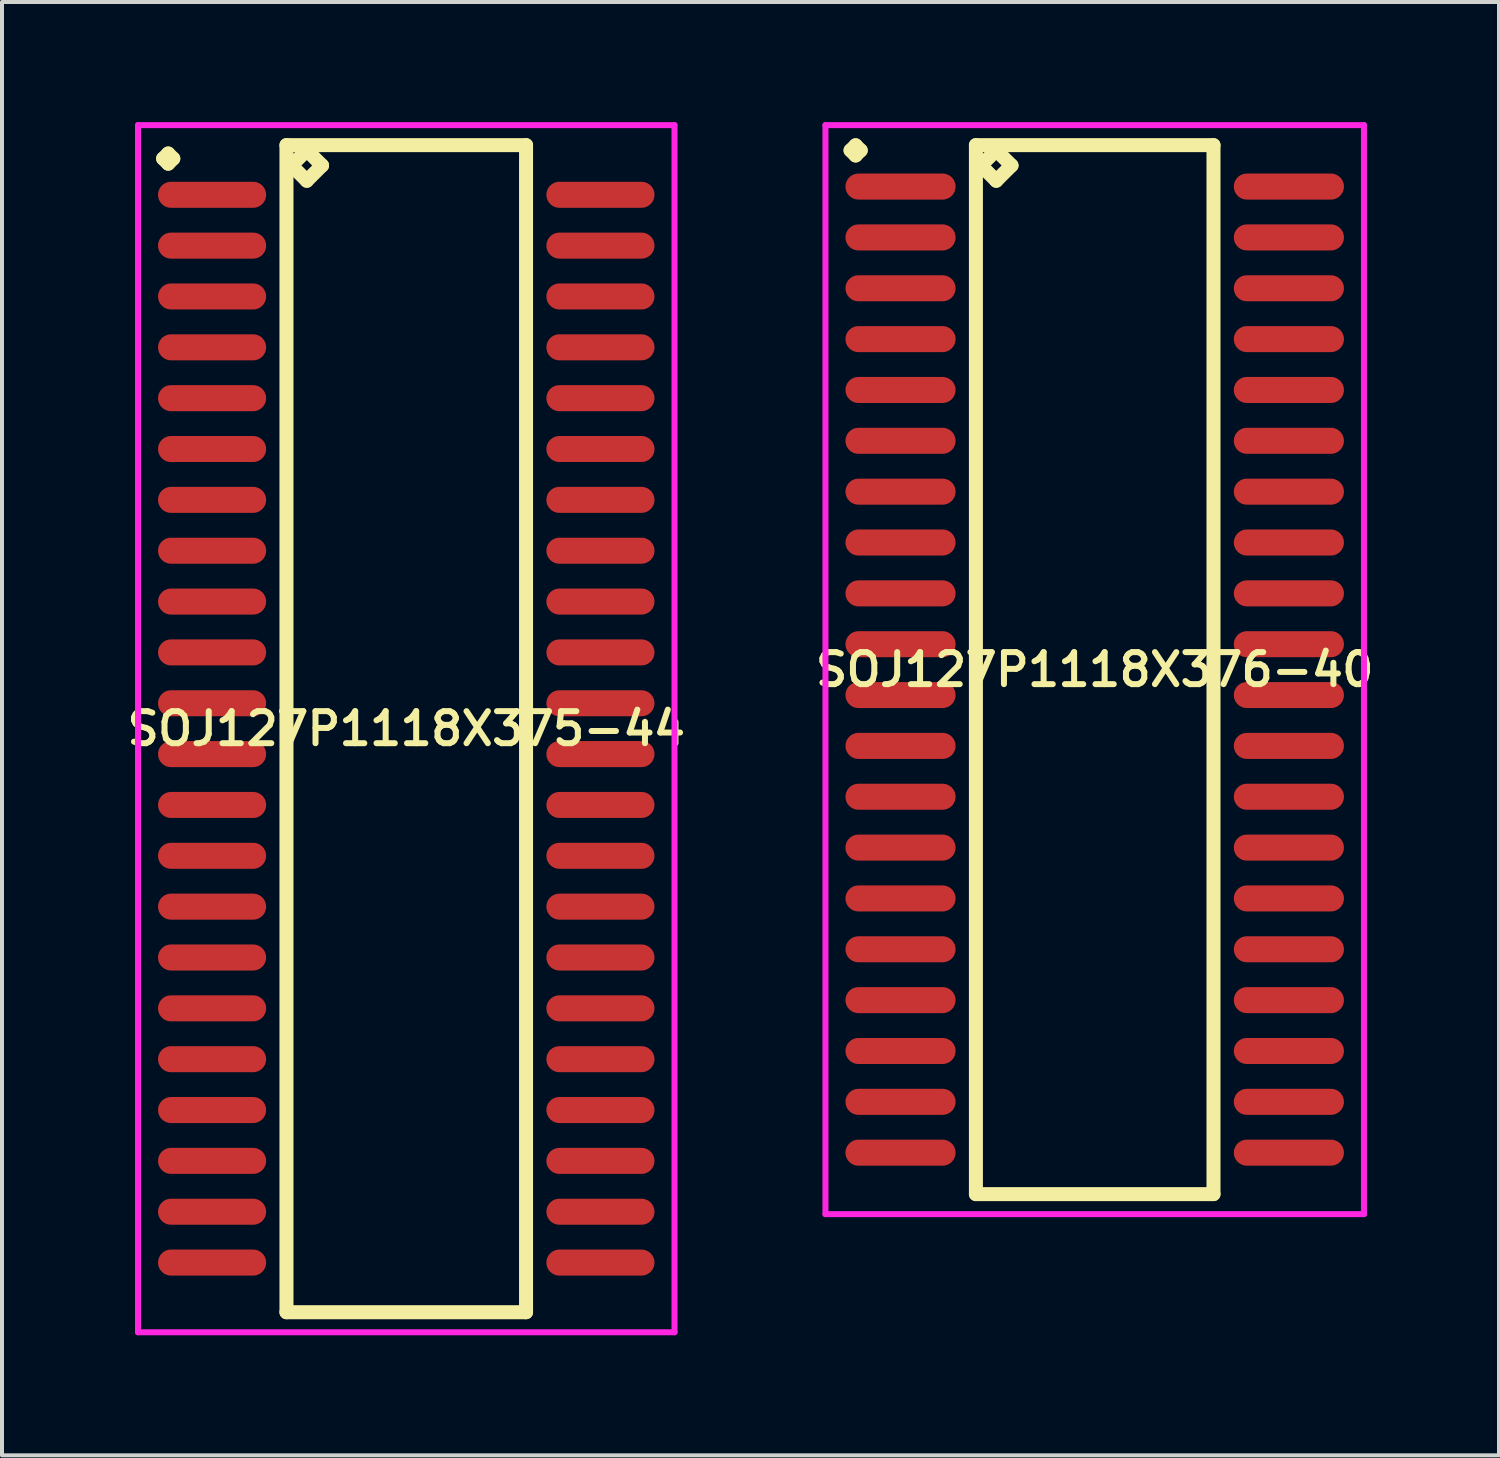
<source format=kicad_pcb>
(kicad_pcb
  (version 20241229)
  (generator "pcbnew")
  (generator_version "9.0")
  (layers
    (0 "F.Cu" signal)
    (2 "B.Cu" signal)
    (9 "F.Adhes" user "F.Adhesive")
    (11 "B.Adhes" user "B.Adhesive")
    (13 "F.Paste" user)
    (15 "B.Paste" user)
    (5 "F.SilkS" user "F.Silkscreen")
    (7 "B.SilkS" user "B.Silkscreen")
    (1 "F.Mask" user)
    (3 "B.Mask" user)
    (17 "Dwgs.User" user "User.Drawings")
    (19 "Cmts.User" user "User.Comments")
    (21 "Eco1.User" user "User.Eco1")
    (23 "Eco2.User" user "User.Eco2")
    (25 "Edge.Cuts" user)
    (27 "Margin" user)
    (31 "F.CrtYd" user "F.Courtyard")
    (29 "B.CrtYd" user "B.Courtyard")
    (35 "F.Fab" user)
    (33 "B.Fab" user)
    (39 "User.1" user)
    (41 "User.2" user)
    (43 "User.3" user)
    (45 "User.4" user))
  (footprint "SOJ127P1118X375-44"
    (layer "F.Cu")
    (at 7.097 15.15)
    (property "Reference" "SOJ127P1118X375-44" (at 0 0 0) (layer "F.SilkS") (effects (font (size 0.8 0.8) (thickness 0.15))))
    (attr smd)
    (fp_line (start -6.073 -14.239) (end -5.946 -14.366) (stroke (width 0.35) (type solid)) (layer "F.SilkS"))
    (fp_line (start -5.946 -14.366) (end -5.819 -14.239) (stroke (width 0.35) (type solid)) (layer "F.SilkS"))
    (fp_line (start -5.946 -14.112) (end -6.073 -14.239) (stroke (width 0.35) (type solid)) (layer "F.SilkS"))
    (fp_line (start -5.819 -14.239) (end -5.946 -14.112) (stroke (width 0.35) (type solid)) (layer "F.SilkS"))
    (fp_line (start -2.992 -14.575) (end -2.992 14.575) (stroke (width 0.35) (type solid)) (layer "F.SilkS"))
    (fp_line (start -2.992 14.575) (end 2.992 14.575) (stroke (width 0.35) (type solid)) (layer "F.SilkS"))
    (fp_line (start -2.865 -14.067) (end -2.484 -14.448) (stroke (width 0.35) (type solid)) (layer "F.SilkS"))
    (fp_line (start -2.484 -14.448) (end -2.103 -14.067) (stroke (width 0.35) (type solid)) (layer "F.SilkS"))
    (fp_line (start -2.484 -13.686) (end -2.865 -14.067) (stroke (width 0.35) (type solid)) (layer "F.SilkS"))
    (fp_line (start -2.103 -14.067) (end -2.484 -13.686) (stroke (width 0.35) (type solid)) (layer "F.SilkS"))
    (fp_line (start 2.992 -14.575) (end -2.992 -14.575) (stroke (width 0.35) (type solid)) (layer "F.SilkS"))
    (fp_line (start 2.992 14.575) (end 2.992 -14.575) (stroke (width 0.35) (type solid)) (layer "F.SilkS"))
    (fp_line (start -6.7 -15.075) (end 6.7 -15.075) (stroke (width 0.15) (type solid)) (layer "F.CrtYd"))
    (fp_line (start -6.7 15.075) (end -6.7 -15.075) (stroke (width 0.15) (type solid)) (layer "F.CrtYd"))
    (fp_line (start 6.7 -15.075) (end 6.7 15.075) (stroke (width 0.15) (type solid)) (layer "F.CrtYd"))
    (fp_line (start 6.7 15.075) (end -6.7 15.075) (stroke (width 0.15) (type solid)) (layer "F.CrtYd"))
    (pad "1" smd oval (at -4.85 -13.335) (size 2.7 0.65) (layers "F.Cu" "F.Mask" "F.Paste"))
    (pad "2" smd oval (at -4.85 -12.065) (size 2.7 0.65) (layers "F.Cu" "F.Mask" "F.Paste"))
    (pad "3" smd oval (at -4.85 -10.795) (size 2.7 0.65) (layers "F.Cu" "F.Mask" "F.Paste"))
    (pad "4" smd oval (at -4.85 -9.525) (size 2.7 0.65) (layers "F.Cu" "F.Mask" "F.Paste"))
    (pad "5" smd oval (at -4.85 -8.255) (size 2.7 0.65) (layers "F.Cu" "F.Mask" "F.Paste"))
    (pad "6" smd oval (at -4.85 -6.985) (size 2.7 0.65) (layers "F.Cu" "F.Mask" "F.Paste"))
    (pad "7" smd oval (at -4.85 -5.715) (size 2.7 0.65) (layers "F.Cu" "F.Mask" "F.Paste"))
    (pad "8" smd oval (at -4.85 -4.445) (size 2.7 0.65) (layers "F.Cu" "F.Mask" "F.Paste"))
    (pad "9" smd oval (at -4.85 -3.175) (size 2.7 0.65) (layers "F.Cu" "F.Mask" "F.Paste"))
    (pad "10" smd oval (at -4.85 -1.905) (size 2.7 0.65) (layers "F.Cu" "F.Mask" "F.Paste"))
    (pad "11" smd oval (at -4.85 -0.635) (size 2.7 0.65) (layers "F.Cu" "F.Mask" "F.Paste"))
    (pad "12" smd oval (at -4.85 0.635) (size 2.7 0.65) (layers "F.Cu" "F.Mask" "F.Paste"))
    (pad "13" smd oval (at -4.85 1.905) (size 2.7 0.65) (layers "F.Cu" "F.Mask" "F.Paste"))
    (pad "14" smd oval (at -4.85 3.175) (size 2.7 0.65) (layers "F.Cu" "F.Mask" "F.Paste"))
    (pad "15" smd oval (at -4.85 4.445) (size 2.7 0.65) (layers "F.Cu" "F.Mask" "F.Paste"))
    (pad "16" smd oval (at -4.85 5.715) (size 2.7 0.65) (layers "F.Cu" "F.Mask" "F.Paste"))
    (pad "17" smd oval (at -4.85 6.985) (size 2.7 0.65) (layers "F.Cu" "F.Mask" "F.Paste"))
    (pad "18" smd oval (at -4.85 8.255) (size 2.7 0.65) (layers "F.Cu" "F.Mask" "F.Paste"))
    (pad "19" smd oval (at -4.85 9.525) (size 2.7 0.65) (layers "F.Cu" "F.Mask" "F.Paste"))
    (pad "20" smd oval (at -4.85 10.795) (size 2.7 0.65) (layers "F.Cu" "F.Mask" "F.Paste"))
    (pad "21" smd oval (at -4.85 12.065) (size 2.7 0.65) (layers "F.Cu" "F.Mask" "F.Paste"))
    (pad "22" smd oval (at -4.85 13.335) (size 2.7 0.65) (layers "F.Cu" "F.Mask" "F.Paste"))
    (pad "23" smd oval (at 4.85 13.335) (size 2.7 0.65) (layers "F.Cu" "F.Mask" "F.Paste"))
    (pad "24" smd oval (at 4.85 12.065) (size 2.7 0.65) (layers "F.Cu" "F.Mask" "F.Paste"))
    (pad "25" smd oval (at 4.85 10.795) (size 2.7 0.65) (layers "F.Cu" "F.Mask" "F.Paste"))
    (pad "26" smd oval (at 4.85 9.525) (size 2.7 0.65) (layers "F.Cu" "F.Mask" "F.Paste"))
    (pad "27" smd oval (at 4.85 8.255) (size 2.7 0.65) (layers "F.Cu" "F.Mask" "F.Paste"))
    (pad "28" smd oval (at 4.85 6.985) (size 2.7 0.65) (layers "F.Cu" "F.Mask" "F.Paste"))
    (pad "29" smd oval (at 4.85 5.715) (size 2.7 0.65) (layers "F.Cu" "F.Mask" "F.Paste"))
    (pad "30" smd oval (at 4.85 4.445) (size 2.7 0.65) (layers "F.Cu" "F.Mask" "F.Paste"))
    (pad "31" smd oval (at 4.85 3.175) (size 2.7 0.65) (layers "F.Cu" "F.Mask" "F.Paste"))
    (pad "32" smd oval (at 4.85 1.905) (size 2.7 0.65) (layers "F.Cu" "F.Mask" "F.Paste"))
    (pad "33" smd oval (at 4.85 0.635) (size 2.7 0.65) (layers "F.Cu" "F.Mask" "F.Paste"))
    (pad "34" smd oval (at 4.85 -0.635) (size 2.7 0.65) (layers "F.Cu" "F.Mask" "F.Paste"))
    (pad "35" smd oval (at 4.85 -1.905) (size 2.7 0.65) (layers "F.Cu" "F.Mask" "F.Paste"))
    (pad "36" smd oval (at 4.85 -3.175) (size 2.7 0.65) (layers "F.Cu" "F.Mask" "F.Paste"))
    (pad "37" smd oval (at 4.85 -4.445) (size 2.7 0.65) (layers "F.Cu" "F.Mask" "F.Paste"))
    (pad "38" smd oval (at 4.85 -5.715) (size 2.7 0.65) (layers "F.Cu" "F.Mask" "F.Paste"))
    (pad "39" smd oval (at 4.85 -6.985) (size 2.7 0.65) (layers "F.Cu" "F.Mask" "F.Paste"))
    (pad "40" smd oval (at 4.85 -8.255) (size 2.7 0.65) (layers "F.Cu" "F.Mask" "F.Paste"))
    (pad "41" smd oval (at 4.85 -9.525) (size 2.7 0.65) (layers "F.Cu" "F.Mask" "F.Paste"))
    (pad "42" smd oval (at 4.85 -10.795) (size 2.7 0.65) (layers "F.Cu" "F.Mask" "F.Paste"))
    (pad "43" smd oval (at 4.85 -12.065) (size 2.7 0.65) (layers "F.Cu" "F.Mask" "F.Paste"))
    (pad "44" smd oval (at 4.85 -13.335) (size 2.7 0.65) (layers "F.Cu" "F.Mask" "F.Paste")))
  (footprint "SOJ127P1118X376-40"
    (layer "F.Cu")
    (at 24.292 13.675)
    (property "Reference" "SOJ127P1118X376-40" (at 0 0 0) (layer "F.SilkS") (effects (font (size 0.8 0.8) (thickness 0.15))))
    (attr smd)
    (fp_line (start -6.098 -12.969) (end -5.971 -13.096) (stroke (width 0.35) (type solid)) (layer "F.SilkS"))
    (fp_line (start -5.971 -13.096) (end -5.844 -12.969) (stroke (width 0.35) (type solid)) (layer "F.SilkS"))
    (fp_line (start -5.971 -12.842) (end -6.098 -12.969) (stroke (width 0.35) (type solid)) (layer "F.SilkS"))
    (fp_line (start -5.844 -12.969) (end -5.971 -12.842) (stroke (width 0.35) (type solid)) (layer "F.SilkS"))
    (fp_line (start -2.967 -13.1) (end -2.967 13.1) (stroke (width 0.35) (type solid)) (layer "F.SilkS"))
    (fp_line (start -2.967 13.1) (end 2.967 13.1) (stroke (width 0.35) (type solid)) (layer "F.SilkS"))
    (fp_line (start -2.84 -12.592) (end -2.459 -12.973) (stroke (width 0.35) (type solid)) (layer "F.SilkS"))
    (fp_line (start -2.459 -12.973) (end -2.078 -12.592) (stroke (width 0.35) (type solid)) (layer "F.SilkS"))
    (fp_line (start -2.459 -12.211) (end -2.84 -12.592) (stroke (width 0.35) (type solid)) (layer "F.SilkS"))
    (fp_line (start -2.078 -12.592) (end -2.459 -12.211) (stroke (width 0.35) (type solid)) (layer "F.SilkS"))
    (fp_line (start 2.967 -13.1) (end -2.967 -13.1) (stroke (width 0.35) (type solid)) (layer "F.SilkS"))
    (fp_line (start 2.967 13.1) (end 2.967 -13.1) (stroke (width 0.35) (type solid)) (layer "F.SilkS"))
    (fp_line (start -6.725 -13.6) (end 6.725 -13.6) (stroke (width 0.15) (type solid)) (layer "F.CrtYd"))
    (fp_line (start -6.725 13.6) (end -6.725 -13.6) (stroke (width 0.15) (type solid)) (layer "F.CrtYd"))
    (fp_line (start 6.725 -13.6) (end 6.725 13.6) (stroke (width 0.15) (type solid)) (layer "F.CrtYd"))
    (fp_line (start 6.725 13.6) (end -6.725 13.6) (stroke (width 0.15) (type solid)) (layer "F.CrtYd"))
    (pad "1" smd oval (at -4.85 -12.065) (size 2.75 0.65) (layers "F.Cu" "F.Mask" "F.Paste"))
    (pad "2" smd oval (at -4.85 -10.795) (size 2.75 0.65) (layers "F.Cu" "F.Mask" "F.Paste"))
    (pad "3" smd oval (at -4.85 -9.525) (size 2.75 0.65) (layers "F.Cu" "F.Mask" "F.Paste"))
    (pad "4" smd oval (at -4.85 -8.255) (size 2.75 0.65) (layers "F.Cu" "F.Mask" "F.Paste"))
    (pad "5" smd oval (at -4.85 -6.985) (size 2.75 0.65) (layers "F.Cu" "F.Mask" "F.Paste"))
    (pad "6" smd oval (at -4.85 -5.715) (size 2.75 0.65) (layers "F.Cu" "F.Mask" "F.Paste"))
    (pad "7" smd oval (at -4.85 -4.445) (size 2.75 0.65) (layers "F.Cu" "F.Mask" "F.Paste"))
    (pad "8" smd oval (at -4.85 -3.175) (size 2.75 0.65) (layers "F.Cu" "F.Mask" "F.Paste"))
    (pad "9" smd oval (at -4.85 -1.905) (size 2.75 0.65) (layers "F.Cu" "F.Mask" "F.Paste"))
    (pad "10" smd oval (at -4.85 -0.635) (size 2.75 0.65) (layers "F.Cu" "F.Mask" "F.Paste"))
    (pad "11" smd oval (at -4.85 0.635) (size 2.75 0.65) (layers "F.Cu" "F.Mask" "F.Paste"))
    (pad "12" smd oval (at -4.85 1.905) (size 2.75 0.65) (layers "F.Cu" "F.Mask" "F.Paste"))
    (pad "13" smd oval (at -4.85 3.175) (size 2.75 0.65) (layers "F.Cu" "F.Mask" "F.Paste"))
    (pad "14" smd oval (at -4.85 4.445) (size 2.75 0.65) (layers "F.Cu" "F.Mask" "F.Paste"))
    (pad "15" smd oval (at -4.85 5.715) (size 2.75 0.65) (layers "F.Cu" "F.Mask" "F.Paste"))
    (pad "16" smd oval (at -4.85 6.985) (size 2.75 0.65) (layers "F.Cu" "F.Mask" "F.Paste"))
    (pad "17" smd oval (at -4.85 8.255) (size 2.75 0.65) (layers "F.Cu" "F.Mask" "F.Paste"))
    (pad "18" smd oval (at -4.85 9.525) (size 2.75 0.65) (layers "F.Cu" "F.Mask" "F.Paste"))
    (pad "19" smd oval (at -4.85 10.795) (size 2.75 0.65) (layers "F.Cu" "F.Mask" "F.Paste"))
    (pad "20" smd oval (at -4.85 12.065) (size 2.75 0.65) (layers "F.Cu" "F.Mask" "F.Paste"))
    (pad "21" smd oval (at 4.85 12.065) (size 2.75 0.65) (layers "F.Cu" "F.Mask" "F.Paste"))
    (pad "22" smd oval (at 4.85 10.795) (size 2.75 0.65) (layers "F.Cu" "F.Mask" "F.Paste"))
    (pad "23" smd oval (at 4.85 9.525) (size 2.75 0.65) (layers "F.Cu" "F.Mask" "F.Paste"))
    (pad "24" smd oval (at 4.85 8.255) (size 2.75 0.65) (layers "F.Cu" "F.Mask" "F.Paste"))
    (pad "25" smd oval (at 4.85 6.985) (size 2.75 0.65) (layers "F.Cu" "F.Mask" "F.Paste"))
    (pad "26" smd oval (at 4.85 5.715) (size 2.75 0.65) (layers "F.Cu" "F.Mask" "F.Paste"))
    (pad "27" smd oval (at 4.85 4.445) (size 2.75 0.65) (layers "F.Cu" "F.Mask" "F.Paste"))
    (pad "28" smd oval (at 4.85 3.175) (size 2.75 0.65) (layers "F.Cu" "F.Mask" "F.Paste"))
    (pad "29" smd oval (at 4.85 1.905) (size 2.75 0.65) (layers "F.Cu" "F.Mask" "F.Paste"))
    (pad "30" smd oval (at 4.85 0.635) (size 2.75 0.65) (layers "F.Cu" "F.Mask" "F.Paste"))
    (pad "31" smd oval (at 4.85 -0.635) (size 2.75 0.65) (layers "F.Cu" "F.Mask" "F.Paste"))
    (pad "32" smd oval (at 4.85 -1.905) (size 2.75 0.65) (layers "F.Cu" "F.Mask" "F.Paste"))
    (pad "33" smd oval (at 4.85 -3.175) (size 2.75 0.65) (layers "F.Cu" "F.Mask" "F.Paste"))
    (pad "34" smd oval (at 4.85 -4.445) (size 2.75 0.65) (layers "F.Cu" "F.Mask" "F.Paste"))
    (pad "35" smd oval (at 4.85 -5.715) (size 2.75 0.65) (layers "F.Cu" "F.Mask" "F.Paste"))
    (pad "36" smd oval (at 4.85 -6.985) (size 2.75 0.65) (layers "F.Cu" "F.Mask" "F.Paste"))
    (pad "37" smd oval (at 4.85 -8.255) (size 2.75 0.65) (layers "F.Cu" "F.Mask" "F.Paste"))
    (pad "38" smd oval (at 4.85 -9.525) (size 2.75 0.65) (layers "F.Cu" "F.Mask" "F.Paste"))
    (pad "39" smd oval (at 4.85 -10.795) (size 2.75 0.65) (layers "F.Cu" "F.Mask" "F.Paste"))
    (pad "40" smd oval (at 4.85 -12.065) (size 2.75 0.65) (layers "F.Cu" "F.Mask" "F.Paste")))
  (gr_rect
    (start -3 -3)
    (end 34.39 33.3)
    (stroke (width 0.1) (type default))
    (fill no)
    (layer "Edge.Cuts")))
</source>
